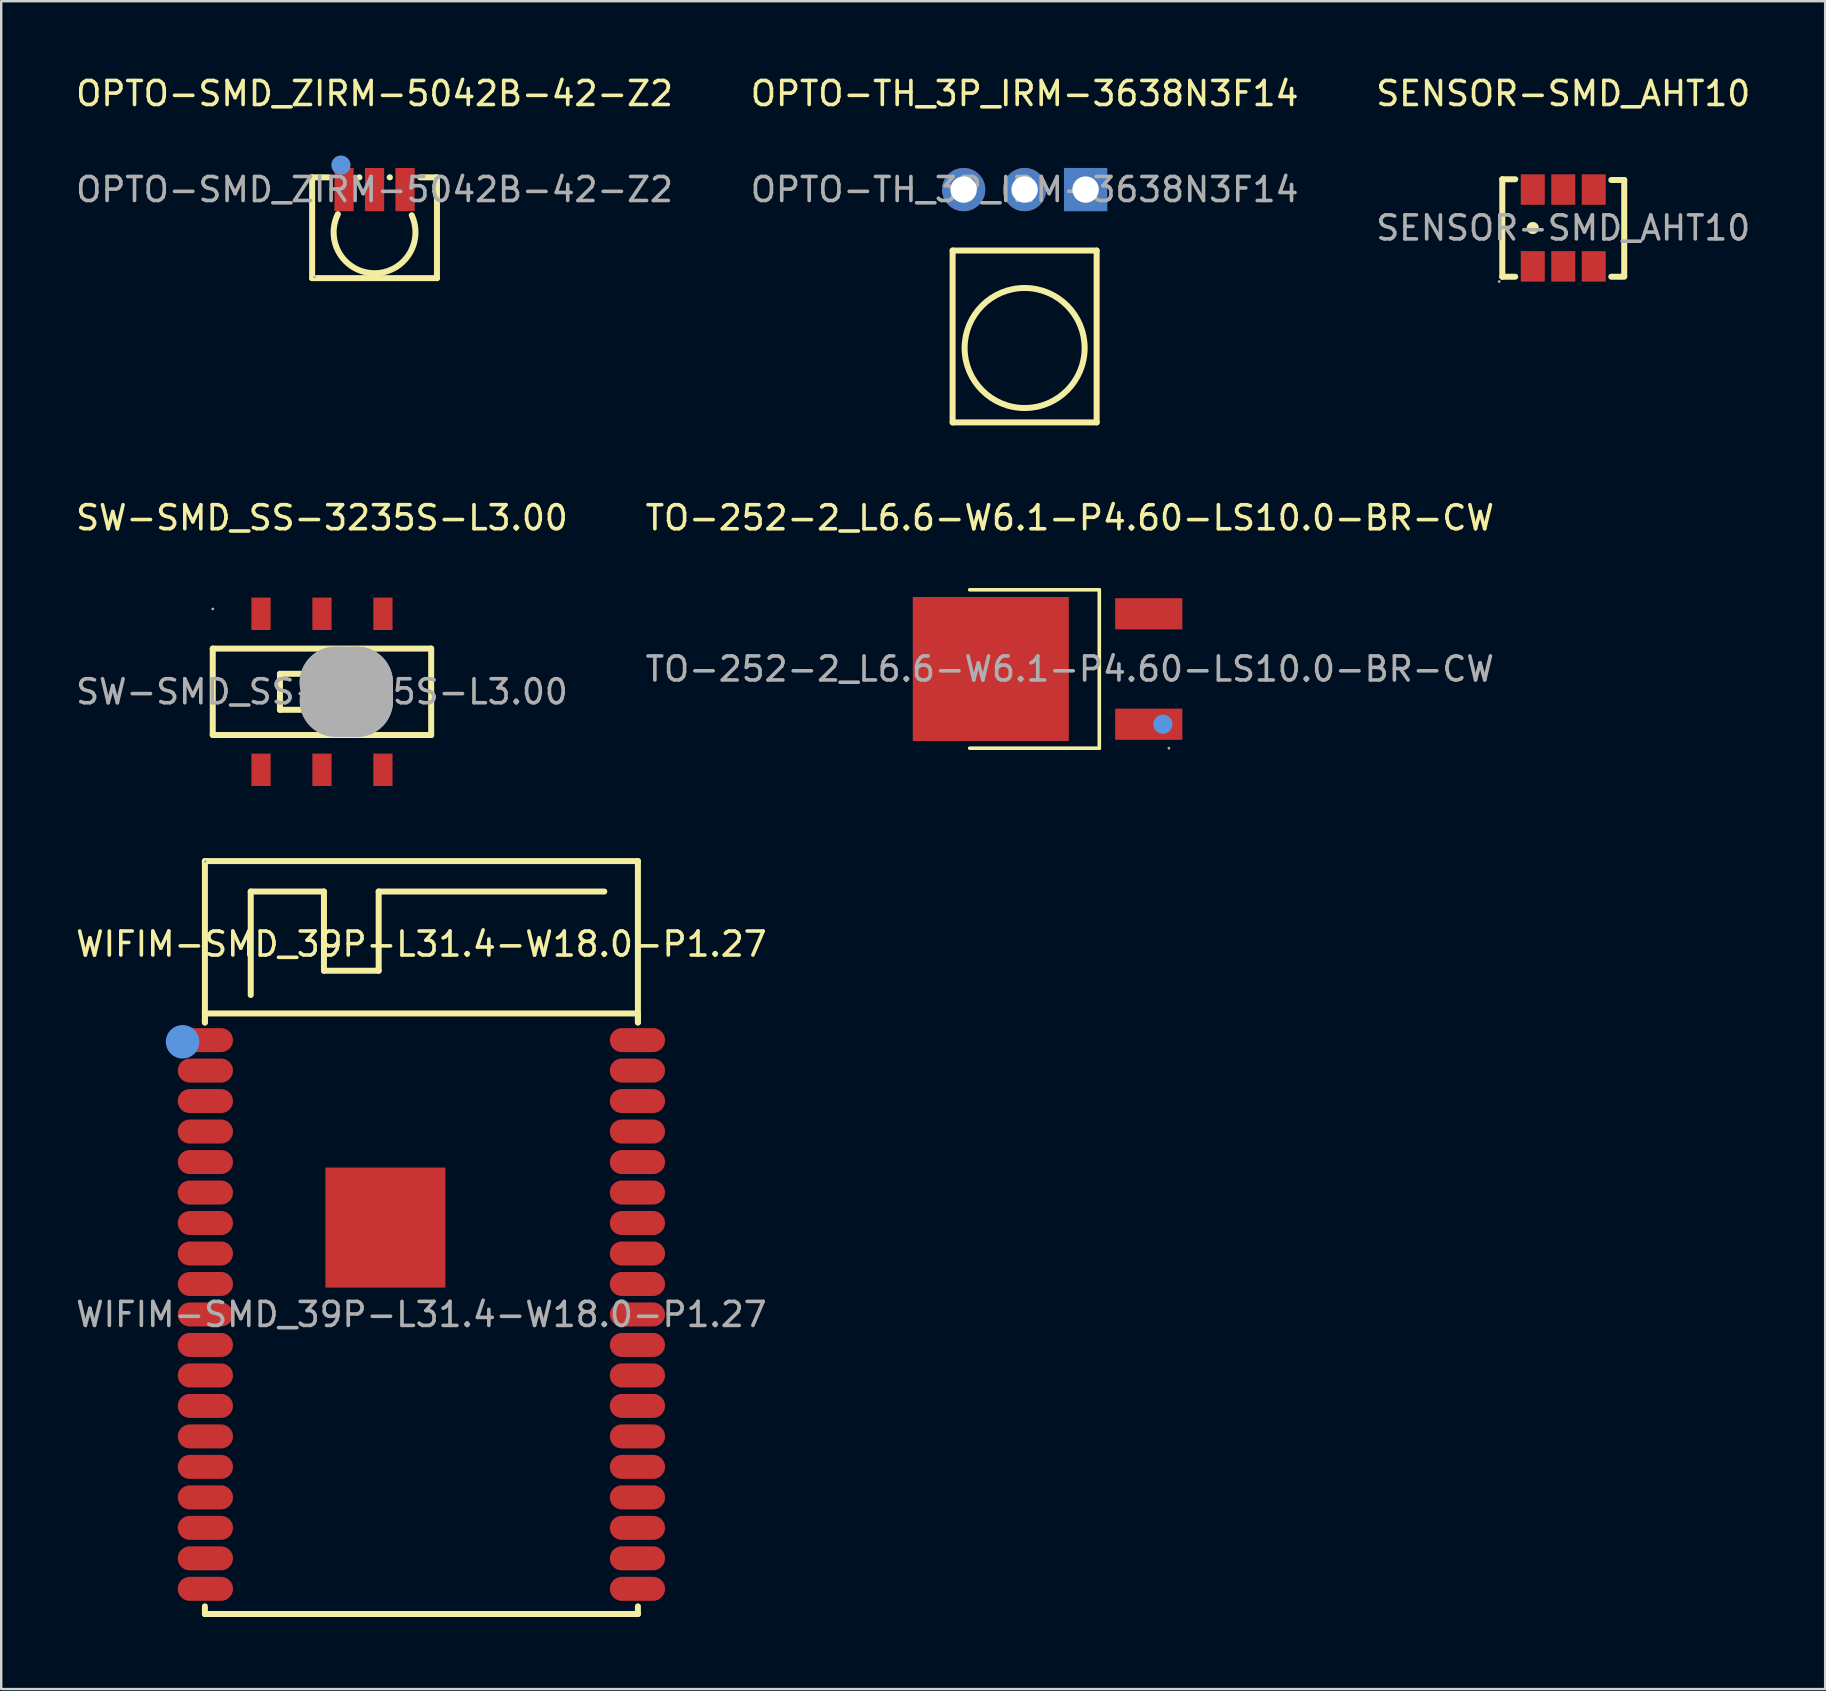
<source format=kicad_pcb>
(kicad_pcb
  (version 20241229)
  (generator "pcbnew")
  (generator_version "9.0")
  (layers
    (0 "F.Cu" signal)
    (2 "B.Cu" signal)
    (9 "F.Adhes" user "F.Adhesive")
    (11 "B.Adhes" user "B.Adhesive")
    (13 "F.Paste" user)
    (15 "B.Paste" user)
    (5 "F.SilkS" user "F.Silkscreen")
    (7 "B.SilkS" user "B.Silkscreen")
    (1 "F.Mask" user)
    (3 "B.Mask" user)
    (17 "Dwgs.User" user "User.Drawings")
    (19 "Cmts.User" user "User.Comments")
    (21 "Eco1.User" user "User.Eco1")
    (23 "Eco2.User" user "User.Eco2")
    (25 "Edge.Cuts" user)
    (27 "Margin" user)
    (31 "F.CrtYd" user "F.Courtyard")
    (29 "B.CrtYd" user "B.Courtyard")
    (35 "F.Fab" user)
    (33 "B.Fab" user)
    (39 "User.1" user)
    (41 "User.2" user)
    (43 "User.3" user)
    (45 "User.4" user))
  (footprint "OPTO-TH_3P_IRM-3638N3F14"
    (layer "F.Cu")
    (at 39.637 4.848)
    (property "Reference" "OPTO-TH_3P_IRM-3638N3F14" (at 0 -4 0) (layer "F.SilkS") (effects (font (size 1 1) (thickness 0.15))))
    (attr through_hole)
    (fp_line (start -3 2.54) (end 3 2.54) (stroke (width 0.25) (type solid)) (layer "F.SilkS"))
    (fp_line (start -3 9.7) (end -3 2.54) (stroke (width 0.25) (type solid)) (layer "F.SilkS"))
    (fp_line (start 3 2.54) (end 3 9.7) (stroke (width 0.25) (type solid)) (layer "F.SilkS"))
    (fp_line (start 3 9.7) (end -3 9.7) (stroke (width 0.25) (type solid)) (layer "F.SilkS"))
    (fp_circle (center 0 6.6) (end 2.5 6.6) (stroke (width 0.25) (type solid)) (fill no) (layer "F.SilkS"))
    (fp_circle (center 3 -0.15) (end 3.03 -0.15) (stroke (width 0.06) (type solid)) (fill no) (layer "F.Fab"))
    (fp_text user "${REFERENCE}" (at 0 0 0) (layer "F.Fab") (effects (font (size 1 1) (thickness 0.15))))
    (pad "1" thru_hole rect (at 2.54 0) (size 1.8 1.8) (drill 1.1) (layers "*.Cu" "*.Mask"))
    (pad "2" thru_hole circle (at 0 0) (size 1.8 1.8) (drill 1.1) (layers "*.Cu" "*.Mask"))
    (pad "3" thru_hole circle (at -2.54 0) (size 1.8 1.8) (drill 1.1) (layers "*.Cu" "*.Mask")))
  (footprint "SENSOR-SMD_AHT10"
    (layer "F.Cu")
    (at 62.077 6.448)
    (property "Reference" "SENSOR-SMD_AHT10" (at 0 -5.6 0) (layer "F.SilkS") (effects (font (size 1 1) (thickness 0.15))))
    (attr smd)
    (fp_line (start -2.54 -2.03) (end -2.54 2.03) (stroke (width 0.25) (type solid)) (layer "F.SilkS"))
    (fp_line (start -2.54 2.03) (end -2 2.03) (stroke (width 0.25) (type solid)) (layer "F.SilkS"))
    (fp_line (start -2 -2.03) (end -2.54 -2.03) (stroke (width 0.25) (type solid)) (layer "F.SilkS"))
    (fp_line (start 2 2.03) (end 2.54 2.03) (stroke (width 0.25) (type solid)) (layer "F.SilkS"))
    (fp_line (start 2.54 -2) (end 2 -2) (stroke (width 0.25) (type solid)) (layer "F.SilkS"))
    (fp_line (start 2.54 -2) (end 2.54 2) (stroke (width 0.25) (type solid)) (layer "F.SilkS"))
    (fp_circle (center -1.27 0) (end -1.14 0) (stroke (width 0.25) (type solid)) (fill no) (layer "F.SilkS"))
    (fp_circle (center -2.67 2.23) (end -2.64 2.23) (stroke (width 0.06) (type solid)) (fill no) (layer "F.Fab"))
    (fp_text user "${REFERENCE}" (at 0 0 0) (layer "F.Fab") (effects (font (size 1 1) (thickness 0.15))))
    (pad "1" smd rect (at -1.27 1.6) (size 1 1.27) (layers "F.Cu" "F.Mask" "F.Paste"))
    (pad "2" smd rect (at 0 1.6) (size 1 1.27) (layers "F.Cu" "F.Mask" "F.Paste"))
    (pad "3" smd rect (at 1.27 1.6) (size 1 1.27) (layers "F.Cu" "F.Mask" "F.Paste"))
    (pad "4" smd rect (at 1.27 -1.6) (size 1 1.27) (layers "F.Cu" "F.Mask" "F.Paste"))
    (pad "5" smd rect (at 0 -1.6) (size 1 1.27) (layers "F.Cu" "F.Mask" "F.Paste"))
    (pad "6" smd rect (at -1.27 -1.6) (size 1 1.27) (layers "F.Cu" "F.Mask" "F.Paste")))
  (footprint "SW-SMD_SS-3235S-L3.00"
    (layer "F.Cu")
    (at 10.363 25.771)
    (property "Reference" "SW-SMD_SS-3235S-L3.00" (at 0 -7.25 0) (layer "F.SilkS") (effects (font (size 1 1) (thickness 0.15))))
    (attr smd)
    (fp_line (start -4.55 -1.8) (end 4.55 -1.8) (stroke (width 0.25) (type solid)) (layer "F.SilkS"))
    (fp_line (start -4.55 1.8) (end -4.55 -1.8) (stroke (width 0.25) (type solid)) (layer "F.SilkS"))
    (fp_line (start -1.75 -0.75) (end 1.75 -0.75) (stroke (width 0.25) (type solid)) (layer "F.SilkS"))
    (fp_line (start -1.75 0.75) (end -1.75 -0.75) (stroke (width 0.25) (type solid)) (layer "F.SilkS"))
    (fp_line (start 1.75 -0.75) (end 1.75 0.75) (stroke (width 0.25) (type solid)) (layer "F.SilkS"))
    (fp_line (start 1.75 0.75) (end -1.75 0.75) (stroke (width 0.25) (type solid)) (layer "F.SilkS"))
    (fp_line (start 4.55 -1.8) (end 4.55 1.8) (stroke (width 0.25) (type solid)) (layer "F.SilkS"))
    (fp_line (start 4.55 1.8) (end -4.55 1.8) (stroke (width 0.25) (type solid)) (layer "F.SilkS"))
    (fp_line (start 0.57 -0.38) (end 0.57 -0.38) (stroke (width 3) (type solid)) (layer "F.Fab"))
    (fp_line (start 0.57 -0.38) (end 1.46 -0.38) (stroke (width 3) (type solid)) (layer "F.Fab"))
    (fp_line (start 1.46 -0.38) (end 1.46 0.38) (stroke (width 3) (type solid)) (layer "F.Fab"))
    (fp_line (start 1.46 0.38) (end 0.57 0.38) (stroke (width 3) (type solid)) (layer "F.Fab"))
    (fp_circle (center -4.55 -3.45) (end -4.52 -3.45) (stroke (width 0.06) (type solid)) (fill no) (layer "F.Fab"))
    (fp_text user "${REFERENCE}" (at 0 0 0) (layer "F.Fab") (effects (font (size 1 1) (thickness 0.15))))
    (pad "1" smd rect (at -2.54 -3.25 90) (size 1.35 0.8) (layers "F.Cu" "F.Mask" "F.Paste"))
    (pad "2" smd rect (at 0 -3.25 90) (size 1.35 0.8) (layers "F.Cu" "F.Mask" "F.Paste"))
    (pad "3" smd rect (at 2.54 -3.25 90) (size 1.35 0.8) (layers "F.Cu" "F.Mask" "F.Paste"))
    (pad "4" smd rect (at -2.54 3.25 90) (size 1.35 0.8) (layers "F.Cu" "F.Mask" "F.Paste"))
    (pad "5" smd rect (at 0 3.25 90) (size 1.35 0.8) (layers "F.Cu" "F.Mask" "F.Paste"))
    (pad "6" smd rect (at 2.54 3.25 90) (size 1.35 0.8) (layers "F.Cu" "F.Mask" "F.Paste")))
  (footprint "TO-252-2_L6.6-W6.1-P4.60-LS10.0-BR-CW"
    (layer "F.Cu")
    (at 41.518 24.822)
    (property "Reference" "TO-252-2_L6.6-W6.1-P4.60-LS10.0-BR-CW" (at 0 -6.3 0) (layer "F.SilkS") (effects (font (size 1 1) (thickness 0.15))))
    (attr through_hole)
    (fp_line (start -4.17 -3.3) (end 1.23 -3.3) (stroke (width 0.15) (type solid)) (layer "F.SilkS"))
    (fp_line (start 1.23 -3.3) (end 1.23 3.3) (stroke (width 0.15) (type solid)) (layer "F.SilkS"))
    (fp_line (start 1.23 3.3) (end -4.17 3.3) (stroke (width 0.15) (type solid)) (layer "F.SilkS"))
    (fp_circle (center 3.88 2.3) (end 4.08 2.3) (stroke (width 0.4) (type solid)) (fill no) (layer "Cmts.User"))
    (fp_circle (center 4.13 3.3) (end 4.16 3.3) (stroke (width 0.06) (type solid)) (fill no) (layer "F.Fab"))
    (fp_text user "${REFERENCE}" (at 0 0 0) (layer "F.Fab") (effects (font (size 1 1) (thickness 0.15))))
    (pad "1" smd rect (at 3.29 2.3) (size 2.8 1.3) (layers "F.Cu" "F.Mask" "F.Paste"))
    (pad "2" smd rect (at -3.29 0) (size 6.5 6) (layers "F.Cu" "F.Mask" "F.Paste"))
    (pad "3" smd rect (at 3.29 -2.3) (size 2.8 1.3) (layers "F.Cu" "F.Mask" "F.Paste")))
  (footprint "OPTO-SMD_ZIRM-5042B-42-Z2"
    (layer "F.Cu")
    (at 12.554 4.848)
    (property "Reference" "OPTO-SMD_ZIRM-5042B-42-Z2" (at 0 -4 0) (layer "F.SilkS") (effects (font (size 1 1) (thickness 0.15))))
    (attr smd)
    (fp_line (start -2.6 3.69) (end -2.6 -0.51) (stroke (width 0.25) (type solid)) (layer "F.SilkS"))
    (fp_line (start -2.6 3.69) (end 2.6 3.69) (stroke (width 0.25) (type solid)) (layer "F.SilkS"))
    (fp_line (start -1.9 -0.51) (end -2.6 -0.51) (stroke (width 0.25) (type solid)) (layer "F.SilkS"))
    (fp_line (start -0.63 -0.51) (end -0.64 -0.51) (stroke (width 0.25) (type solid)) (layer "F.SilkS"))
    (fp_line (start 0.64 -0.51) (end 0.63 -0.51) (stroke (width 0.25) (type solid)) (layer "F.SilkS"))
    (fp_line (start 2.6 -0.51) (end 1.9 -0.51) (stroke (width 0.25) (type solid)) (layer "F.SilkS"))
    (fp_line (start 2.6 3.69) (end 2.6 -0.51) (stroke (width 0.25) (type solid)) (layer "F.SilkS"))
    (fp_arc (start 1.55 1.07) (mid -0.024523 3.484699) (end -1.528936 1.025708) (stroke (width 0.25) (type solid)) (layer "F.SilkS"))
    (fp_circle (center -1.4 -1.02) (end -1.2 -1.02) (stroke (width 0.4) (type solid)) (fill no) (layer "Cmts.User"))
    (fp_circle (center -2.5 3.64) (end -2.47 3.64) (stroke (width 0.06) (type solid)) (fill no) (layer "F.Fab"))
    (fp_text user "${REFERENCE}" (at 0 0 0) (layer "F.Fab") (effects (font (size 1 1) (thickness 0.15))))
    (pad "1" smd rect (at -1.27 0) (size 0.8 1.8) (layers "F.Cu" "F.Mask" "F.Paste"))
    (pad "2" smd rect (at 0 0) (size 0.8 1.8) (layers "F.Cu" "F.Mask" "F.Paste"))
    (pad "3" smd rect (at 1.27 0) (size 0.8 1.8) (layers "F.Cu" "F.Mask" "F.Paste")))
  (footprint "WIFIM-SMD_39P-L31.4-W18.0-P1.27"
    (layer "F.Cu")
    (at 14.506 51.712)
    (property "Reference" "WIFIM-SMD_39P-L31.4-W18.0-P1.27" (at 0 -15.43 0) (layer "F.SilkS") (effects (font (size 1 1) (thickness 0.15))))
    (attr smd)
    (fp_line (start -9.02 -18.89) (end 9.02 -18.89) (stroke (width 0.25) (type solid)) (layer "F.SilkS"))
    (fp_line (start -9.02 -12.54) (end -9.02 -18.89) (stroke (width 0.25) (type solid)) (layer "F.SilkS"))
    (fp_line (start -9.02 -12.52) (end -9.02 -12.16) (stroke (width 0.25) (type solid)) (layer "F.SilkS"))
    (fp_line (start -9.02 -12.17) (end -9.02 -12.32) (stroke (width 0.25) (type solid)) (layer "F.SilkS"))
    (fp_line (start -9.02 12.48) (end -9.02 12.16) (stroke (width 0.25) (type solid)) (layer "F.SilkS"))
    (fp_line (start -7.11 -17.62) (end -4.06 -17.62) (stroke (width 0.25) (type solid)) (layer "F.SilkS"))
    (fp_line (start -7.11 -13.31) (end -7.11 -17.62) (stroke (width 0.25) (type solid)) (layer "F.SilkS"))
    (fp_line (start -4.06 -17.62) (end -4.06 -14.32) (stroke (width 0.25) (type solid)) (layer "F.SilkS"))
    (fp_line (start -4.06 -14.32) (end -1.78 -14.32) (stroke (width 0.25) (type solid)) (layer "F.SilkS"))
    (fp_line (start -1.78 -17.62) (end 7.62 -17.62) (stroke (width 0.25) (type solid)) (layer "F.SilkS"))
    (fp_line (start -1.78 -14.32) (end -1.78 -17.62) (stroke (width 0.25) (type solid)) (layer "F.SilkS"))
    (fp_line (start 9.02 -18.89) (end 9.02 -12.17) (stroke (width 0.25) (type solid)) (layer "F.SilkS"))
    (fp_line (start 9.02 -12.54) (end -9.02 -12.54) (stroke (width 0.25) (type solid)) (layer "F.SilkS"))
    (fp_line (start 9.02 -12.16) (end 9.02 -12.54) (stroke (width 0.25) (type solid)) (layer "F.SilkS"))
    (fp_line (start 9.02 12.16) (end 9.02 12.48) (stroke (width 0.25) (type solid)) (layer "F.SilkS"))
    (fp_line (start 9.02 12.48) (end -9.02 12.48) (stroke (width 0.25) (type solid)) (layer "F.SilkS"))
    (fp_circle (center -9.95 -11.36) (end -9.6 -11.36) (stroke (width 0.7) (type solid)) (fill no) (layer "Cmts.User"))
    (fp_circle (center -9 -18.87) (end -8.97 -18.87) (stroke (width 0.06) (type solid)) (fill no) (layer "F.Fab"))
    (fp_text user "${REFERENCE}" (at 0 0 0) (layer "F.Fab") (effects (font (size 1 1) (thickness 0.15))))
    (pad "1" smd oval (at -9 -11.43) (size 2.3 1) (layers "F.Cu" "F.Mask" "F.Paste"))
    (pad "2" smd oval (at -9 -10.16) (size 2.3 1) (layers "F.Cu" "F.Mask" "F.Paste"))
    (pad "3" smd oval (at -9 -8.89) (size 2.3 1) (layers "F.Cu" "F.Mask" "F.Paste"))
    (pad "4" smd oval (at -9 -7.62) (size 2.3 1) (layers "F.Cu" "F.Mask" "F.Paste"))
    (pad "5" smd oval (at -9 -6.35) (size 2.3 1) (layers "F.Cu" "F.Mask" "F.Paste"))
    (pad "6" smd oval (at -9 -5.08) (size 2.3 1) (layers "F.Cu" "F.Mask" "F.Paste"))
    (pad "7" smd oval (at -9 -3.81) (size 2.3 1) (layers "F.Cu" "F.Mask" "F.Paste"))
    (pad "8" smd oval (at -9 -2.54) (size 2.3 1) (layers "F.Cu" "F.Mask" "F.Paste"))
    (pad "9" smd oval (at -9 -1.27) (size 2.3 1) (layers "F.Cu" "F.Mask" "F.Paste"))
    (pad "10" smd oval (at -9 0) (size 2.3 1) (layers "F.Cu" "F.Mask" "F.Paste"))
    (pad "11" smd oval (at -9 1.27) (size 2.3 1) (layers "F.Cu" "F.Mask" "F.Paste"))
    (pad "12" smd oval (at -9 2.54) (size 2.3 1) (layers "F.Cu" "F.Mask" "F.Paste"))
    (pad "13" smd oval (at -9 3.81) (size 2.3 1) (layers "F.Cu" "F.Mask" "F.Paste"))
    (pad "14" smd oval (at -9 5.08) (size 2.3 1) (layers "F.Cu" "F.Mask" "F.Paste"))
    (pad "15" smd oval (at -9 6.35) (size 2.3 1) (layers "F.Cu" "F.Mask" "F.Paste"))
    (pad "16" smd oval (at -9 7.62) (size 2.3 1) (layers "F.Cu" "F.Mask" "F.Paste"))
    (pad "17" smd oval (at -9 8.89) (size 2.3 1) (layers "F.Cu" "F.Mask" "F.Paste"))
    (pad "18" smd oval (at -9 10.16) (size 2.3 1) (layers "F.Cu" "F.Mask" "F.Paste"))
    (pad "19" smd oval (at -9 11.43) (size 2.3 1) (layers "F.Cu" "F.Mask" "F.Paste"))
    (pad "20" smd oval (at 9 11.43) (size 2.3 1) (layers "F.Cu" "F.Mask" "F.Paste"))
    (pad "21" smd oval (at 9 10.16) (size 2.3 1) (layers "F.Cu" "F.Mask" "F.Paste"))
    (pad "22" smd oval (at 9 8.89) (size 2.3 1) (layers "F.Cu" "F.Mask" "F.Paste"))
    (pad "23" smd oval (at 9 7.62) (size 2.3 1) (layers "F.Cu" "F.Mask" "F.Paste"))
    (pad "24" smd oval (at 9 6.35) (size 2.3 1) (layers "F.Cu" "F.Mask" "F.Paste"))
    (pad "25" smd oval (at 9 5.08) (size 2.3 1) (layers "F.Cu" "F.Mask" "F.Paste"))
    (pad "26" smd oval (at 9 3.81) (size 2.3 1) (layers "F.Cu" "F.Mask" "F.Paste"))
    (pad "27" smd oval (at 9 2.54) (size 2.3 1) (layers "F.Cu" "F.Mask" "F.Paste"))
    (pad "28" smd oval (at 9 1.27) (size 2.3 1) (layers "F.Cu" "F.Mask" "F.Paste"))
    (pad "29" smd oval (at 9 0) (size 2.3 1) (layers "F.Cu" "F.Mask" "F.Paste"))
    (pad "30" smd oval (at 9 -1.27) (size 2.3 1) (layers "F.Cu" "F.Mask" "F.Paste"))
    (pad "31" smd oval (at 9 -2.54) (size 2.3 1) (layers "F.Cu" "F.Mask" "F.Paste"))
    (pad "32" smd oval (at 9 -3.81) (size 2.3 1) (layers "F.Cu" "F.Mask" "F.Paste"))
    (pad "33" smd oval (at 9 -5.08) (size 2.3 1) (layers "F.Cu" "F.Mask" "F.Paste"))
    (pad "34" smd oval (at 9 -6.35) (size 2.3 1) (layers "F.Cu" "F.Mask" "F.Paste"))
    (pad "35" smd oval (at 9 -7.62) (size 2.3 1) (layers "F.Cu" "F.Mask" "F.Paste"))
    (pad "36" smd oval (at 9 -8.89) (size 2.3 1) (layers "F.Cu" "F.Mask" "F.Paste"))
    (pad "37" smd oval (at 9 -10.16) (size 2.3 1) (layers "F.Cu" "F.Mask" "F.Paste"))
    (pad "38" smd oval (at 9 -11.43) (size 2.3 1) (layers "F.Cu" "F.Mask" "F.Paste"))
    (pad "39" smd rect (at -1.5 -3.62) (size 5 5) (layers "F.Cu" "F.Mask" "F.Paste")))
  (gr_rect
    (start -3 -3)
    (end 72.988 67.317)
    (stroke (width 0.1) (type default))
    (fill no)
    (layer "Edge.Cuts")))
</source>
